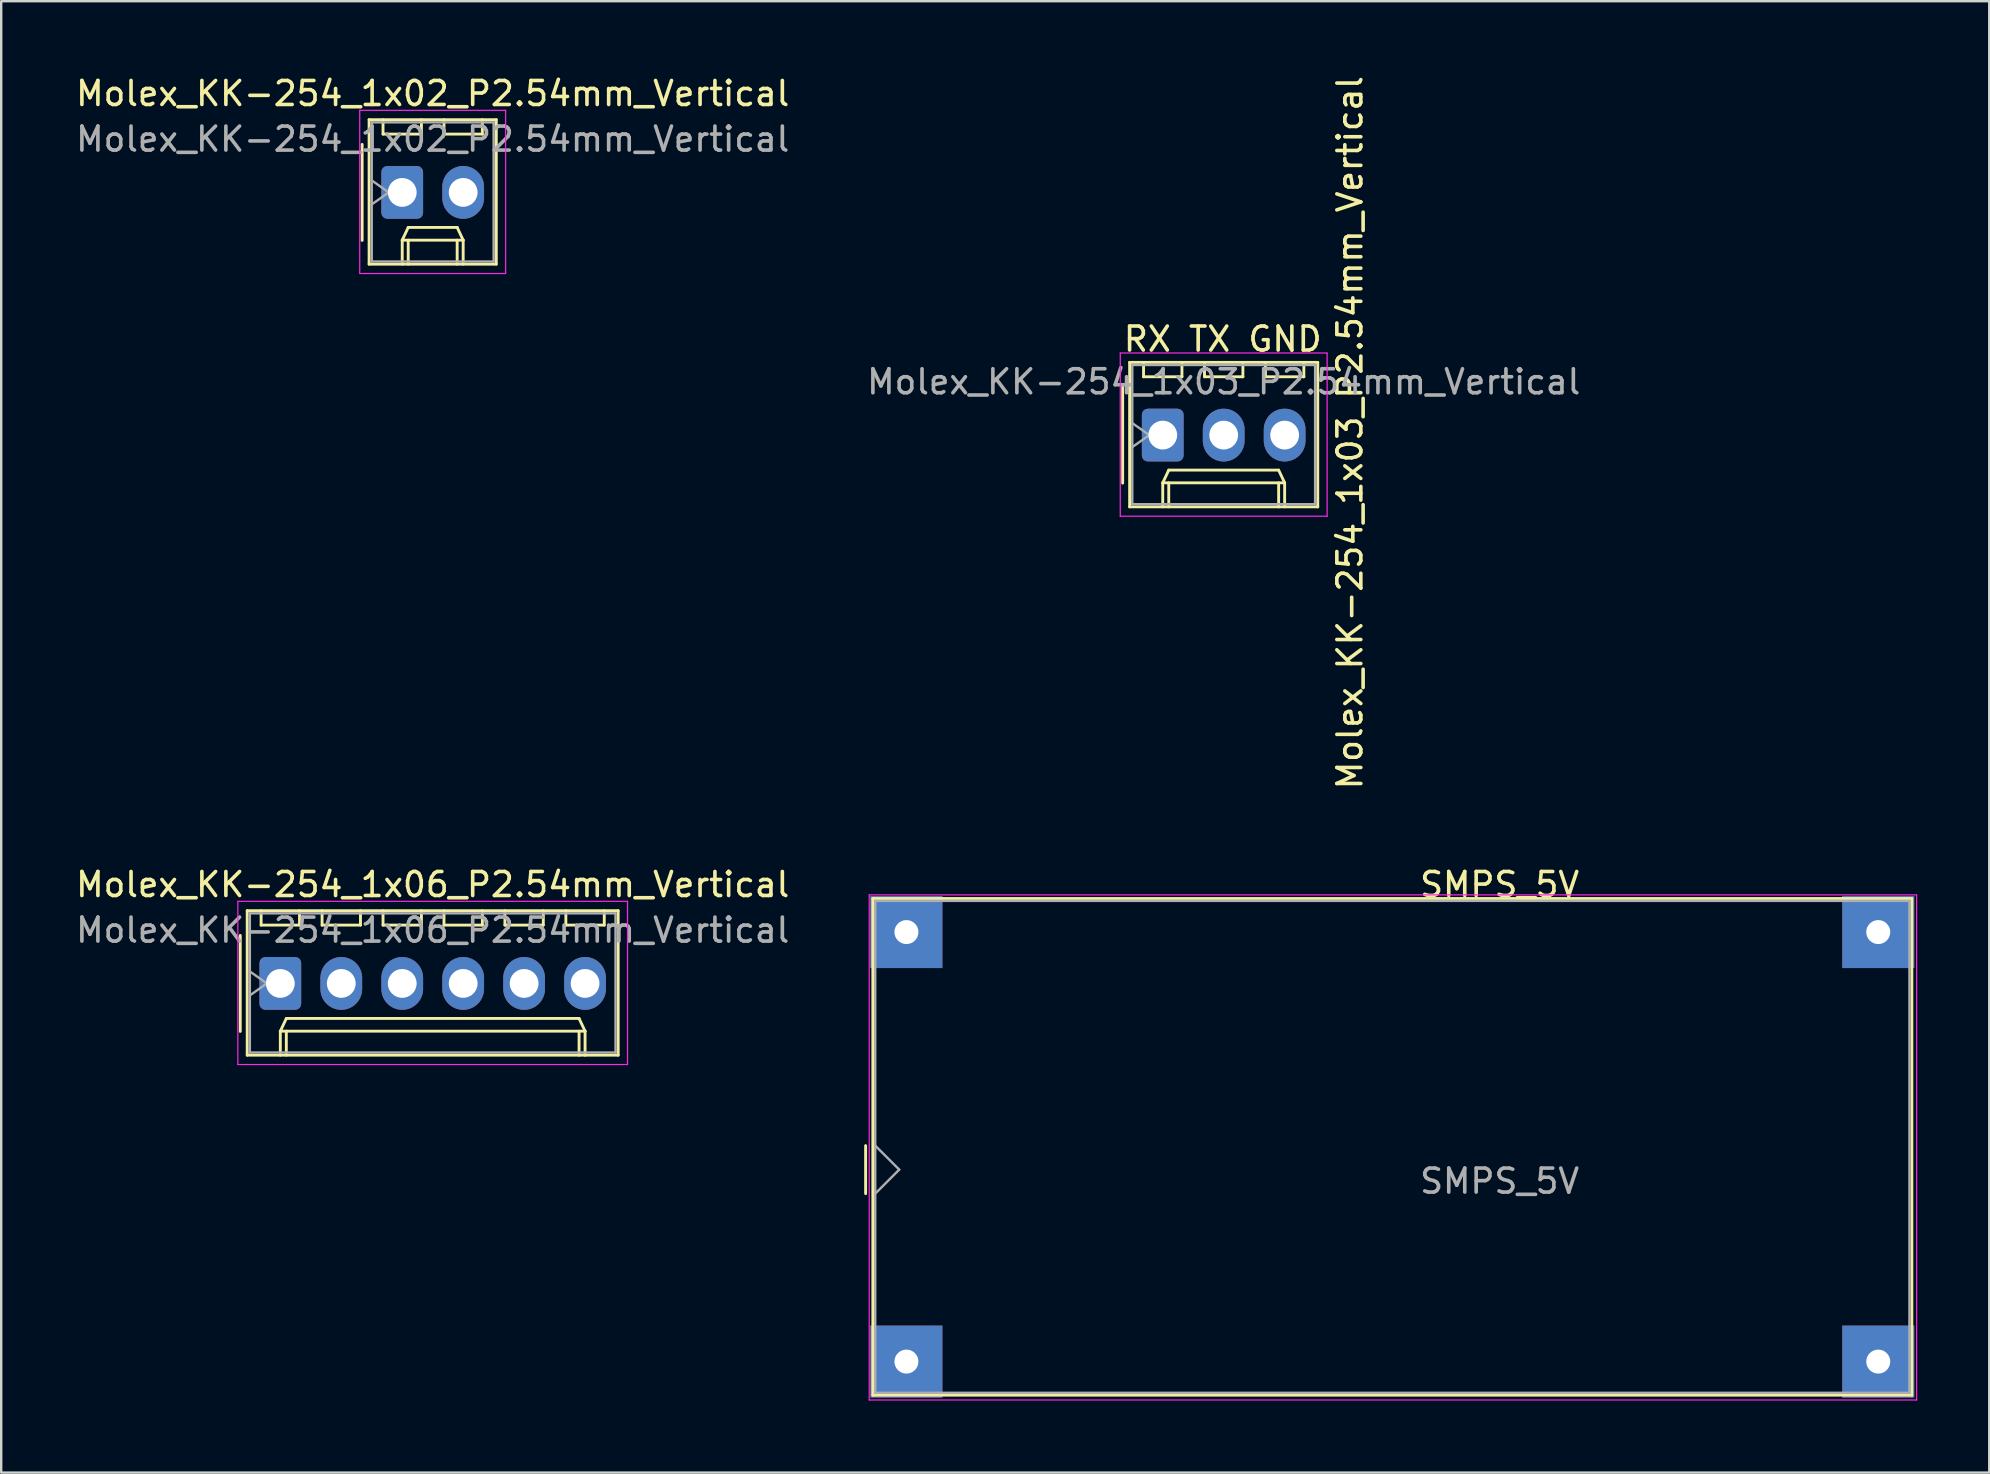
<source format=kicad_pcb>
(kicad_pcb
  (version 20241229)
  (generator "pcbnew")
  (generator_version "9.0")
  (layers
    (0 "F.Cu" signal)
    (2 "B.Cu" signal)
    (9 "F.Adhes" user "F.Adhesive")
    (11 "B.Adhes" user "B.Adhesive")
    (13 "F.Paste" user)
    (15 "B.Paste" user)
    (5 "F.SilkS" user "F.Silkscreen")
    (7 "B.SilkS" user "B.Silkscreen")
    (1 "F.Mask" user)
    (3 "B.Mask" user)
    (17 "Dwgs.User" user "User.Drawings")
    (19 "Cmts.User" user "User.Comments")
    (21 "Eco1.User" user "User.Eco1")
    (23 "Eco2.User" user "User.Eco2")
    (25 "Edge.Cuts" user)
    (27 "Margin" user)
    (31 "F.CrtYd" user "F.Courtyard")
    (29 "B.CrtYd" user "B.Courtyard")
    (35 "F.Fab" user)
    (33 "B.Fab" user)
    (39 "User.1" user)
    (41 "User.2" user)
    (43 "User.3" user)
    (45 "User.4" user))
  (footprint "SMPS_5V"
    (layer "F.Cu")
    (at 37.024 45.693)
    (property "Reference" "SMPS_5V" (at 22.42 -11.88 0) (layer "F.SilkS") (effects (font (size 1 1) (thickness 0.15))))
    (attr through_hole)
    (fp_line (start -4 -1) (end -4 1) (stroke (width 0.12) (type solid)) (layer "F.SilkS"))
    (fp_line (start -3.7 -11.3) (end -3.7 9.4) (stroke (width 0.12) (type solid)) (layer "F.SilkS"))
    (fp_line (start -3.7 -11.3) (end 39.6 -11.3) (stroke (width 0.12) (type solid)) (layer "F.SilkS"))
    (fp_line (start -3.7 9.4) (end 39.6 9.4) (stroke (width 0.12) (type solid)) (layer "F.SilkS"))
    (fp_line (start 39.6 -11.3) (end 39.6 9.4) (stroke (width 0.12) (type solid)) (layer "F.SilkS"))
    (fp_line (start -3.85 -11.45) (end -3.85 9.6) (stroke (width 0.05) (type solid)) (layer "F.CrtYd"))
    (fp_line (start -3.85 -11.45) (end 39.8 -11.45) (stroke (width 0.05) (type solid)) (layer "F.CrtYd"))
    (fp_line (start -3.85 9.6) (end 39.8 9.6) (stroke (width 0.05) (type solid)) (layer "F.CrtYd"))
    (fp_line (start 39.8 -11.45) (end 39.8 9.6) (stroke (width 0.05) (type solid)) (layer "F.CrtYd"))
    (fp_line (start -3.6 -11.2) (end -3.6 9.3) (stroke (width 0.1) (type solid)) (layer "F.Fab"))
    (fp_line (start -3.6 -1) (end -2.6 0) (stroke (width 0.1) (type solid)) (layer "F.Fab"))
    (fp_line (start -3.6 1) (end -2.6 0) (stroke (width 0.1) (type solid)) (layer "F.Fab"))
    (fp_line (start -3.6 9.3) (end 39.5 9.3) (stroke (width 0.1) (type solid)) (layer "F.Fab"))
    (fp_line (start 39.5 -11.2) (end -3.6 -11.2) (stroke (width 0.1) (type solid)) (layer "F.Fab"))
    (fp_line (start 39.5 -11.2) (end 39.5 9.3) (stroke (width 0.1) (type solid)) (layer "F.Fab"))
    (fp_text user "${REFERENCE}" (at 22.42 0.48 0) (layer "F.Fab") (effects (font (size 1 1) (thickness 0.15))))
    (pad "1" thru_hole rect (at -2.3 -9.9) (size 3 3) (drill 1) (layers "*.Cu" "*.Mask"))
    (pad "2" thru_hole rect (at -2.3 8) (size 3 3) (drill 1) (layers "*.Cu" "*.Mask"))
    (pad "3" thru_hole rect (at 38.2 -9.9) (size 3 3) (drill 1) (layers "*.Cu" "*.Mask"))
    (pad "4" thru_hole rect (at 38.2 8) (size 3 3) (drill 1) (layers "*.Cu" "*.Mask")))
  (footprint "Molex_KK-254_1x02_P2.54mm_Vertical"
    (layer "F.Cu")
    (at 13.712 4.968)
    (property "Reference" "Molex_KK-254_1x02_P2.54mm_Vertical" (at 1.27 -4.12 0) (layer "F.SilkS") (effects (font (size 1 1) (thickness 0.15))))
    (attr through_hole)
    (fp_line (start -1.67 -2) (end -1.67 2) (stroke (width 0.12) (type solid)) (layer "F.SilkS"))
    (fp_line (start -1.38 -3.03) (end -1.38 2.99) (stroke (width 0.12) (type solid)) (layer "F.SilkS"))
    (fp_line (start -1.38 2.99) (end 3.92 2.99) (stroke (width 0.12) (type solid)) (layer "F.SilkS"))
    (fp_line (start -0.8 -3.03) (end -0.8 -2.43) (stroke (width 0.12) (type solid)) (layer "F.SilkS"))
    (fp_line (start -0.8 -2.43) (end 0.8 -2.43) (stroke (width 0.12) (type solid)) (layer "F.SilkS"))
    (fp_line (start 0 1.99) (end 0.25 1.46) (stroke (width 0.12) (type solid)) (layer "F.SilkS"))
    (fp_line (start 0 1.99) (end 2.54 1.99) (stroke (width 0.12) (type solid)) (layer "F.SilkS"))
    (fp_line (start 0 2.99) (end 0 1.99) (stroke (width 0.12) (type solid)) (layer "F.SilkS"))
    (fp_line (start 0.25 1.46) (end 2.29 1.46) (stroke (width 0.12) (type solid)) (layer "F.SilkS"))
    (fp_line (start 0.25 2.99) (end 0.25 1.99) (stroke (width 0.12) (type solid)) (layer "F.SilkS"))
    (fp_line (start 0.8 -2.43) (end 0.8 -3.03) (stroke (width 0.12) (type solid)) (layer "F.SilkS"))
    (fp_line (start 1.74 -3.03) (end 1.74 -2.43) (stroke (width 0.12) (type solid)) (layer "F.SilkS"))
    (fp_line (start 1.74 -2.43) (end 3.34 -2.43) (stroke (width 0.12) (type solid)) (layer "F.SilkS"))
    (fp_line (start 2.29 1.46) (end 2.54 1.99) (stroke (width 0.12) (type solid)) (layer "F.SilkS"))
    (fp_line (start 2.29 2.99) (end 2.29 1.99) (stroke (width 0.12) (type solid)) (layer "F.SilkS"))
    (fp_line (start 2.54 1.99) (end 2.54 2.99) (stroke (width 0.12) (type solid)) (layer "F.SilkS"))
    (fp_line (start 3.34 -2.43) (end 3.34 -3.03) (stroke (width 0.12) (type solid)) (layer "F.SilkS"))
    (fp_line (start 3.92 -3.03) (end -1.38 -3.03) (stroke (width 0.12) (type solid)) (layer "F.SilkS"))
    (fp_line (start 3.92 2.99) (end 3.92 -3.03) (stroke (width 0.12) (type solid)) (layer "F.SilkS"))
    (fp_line (start -1.77 -3.42) (end -1.77 3.38) (stroke (width 0.05) (type solid)) (layer "F.CrtYd"))
    (fp_line (start -1.77 3.38) (end 4.31 3.38) (stroke (width 0.05) (type solid)) (layer "F.CrtYd"))
    (fp_line (start 4.31 -3.42) (end -1.77 -3.42) (stroke (width 0.05) (type solid)) (layer "F.CrtYd"))
    (fp_line (start 4.31 3.38) (end 4.31 -3.42) (stroke (width 0.05) (type solid)) (layer "F.CrtYd"))
    (fp_line (start -1.27 -2.92) (end -1.27 2.88) (stroke (width 0.1) (type solid)) (layer "F.Fab"))
    (fp_line (start -1.27 -0.5) (end -0.563 0) (stroke (width 0.1) (type solid)) (layer "F.Fab"))
    (fp_line (start -1.27 2.88) (end 3.81 2.88) (stroke (width 0.1) (type solid)) (layer "F.Fab"))
    (fp_line (start -0.563 0) (end -1.27 0.5) (stroke (width 0.1) (type solid)) (layer "F.Fab"))
    (fp_line (start 3.81 -2.92) (end -1.27 -2.92) (stroke (width 0.1) (type solid)) (layer "F.Fab"))
    (fp_line (start 3.81 2.88) (end 3.81 -2.92) (stroke (width 0.1) (type solid)) (layer "F.Fab"))
    (fp_text user "${REFERENCE}" (at 1.27 -2.22 0) (layer "F.Fab") (effects (font (size 1 1) (thickness 0.15))))
    (pad "1" thru_hole roundrect (at 0 0) (size 1.74 2.2) (drill 1.2) (layers "*.Cu" "*.Mask") (roundrect_rratio 0.144))
    (pad "2" thru_hole oval (at 2.54 0) (size 1.74 2.2) (drill 1.2) (layers "*.Cu" "*.Mask")))
  (footprint "Molex_KK-254_1x06_P2.54mm_Vertical"
    (layer "F.Cu")
    (at 8.632 37.933)
    (property "Reference" "Molex_KK-254_1x06_P2.54mm_Vertical" (at 6.35 -4.12 0) (layer "F.SilkS") (effects (font (size 1 1) (thickness 0.15))))
    (attr through_hole)
    (fp_line (start -1.67 -2) (end -1.67 2) (stroke (width 0.12) (type solid)) (layer "F.SilkS"))
    (fp_line (start -1.38 -3.03) (end -1.38 2.99) (stroke (width 0.12) (type solid)) (layer "F.SilkS"))
    (fp_line (start -1.38 2.99) (end 14.08 2.99) (stroke (width 0.12) (type solid)) (layer "F.SilkS"))
    (fp_line (start -0.8 -3.03) (end -0.8 -2.43) (stroke (width 0.12) (type solid)) (layer "F.SilkS"))
    (fp_line (start -0.8 -2.43) (end 0.8 -2.43) (stroke (width 0.12) (type solid)) (layer "F.SilkS"))
    (fp_line (start 0 1.99) (end 0.25 1.46) (stroke (width 0.12) (type solid)) (layer "F.SilkS"))
    (fp_line (start 0 1.99) (end 12.7 1.99) (stroke (width 0.12) (type solid)) (layer "F.SilkS"))
    (fp_line (start 0 2.99) (end 0 1.99) (stroke (width 0.12) (type solid)) (layer "F.SilkS"))
    (fp_line (start 0.25 1.46) (end 12.45 1.46) (stroke (width 0.12) (type solid)) (layer "F.SilkS"))
    (fp_line (start 0.25 2.99) (end 0.25 1.99) (stroke (width 0.12) (type solid)) (layer "F.SilkS"))
    (fp_line (start 0.8 -2.43) (end 0.8 -3.03) (stroke (width 0.12) (type solid)) (layer "F.SilkS"))
    (fp_line (start 1.74 -3.03) (end 1.74 -2.43) (stroke (width 0.12) (type solid)) (layer "F.SilkS"))
    (fp_line (start 1.74 -2.43) (end 3.34 -2.43) (stroke (width 0.12) (type solid)) (layer "F.SilkS"))
    (fp_line (start 3.34 -2.43) (end 3.34 -3.03) (stroke (width 0.12) (type solid)) (layer "F.SilkS"))
    (fp_line (start 4.28 -3.03) (end 4.28 -2.43) (stroke (width 0.12) (type solid)) (layer "F.SilkS"))
    (fp_line (start 4.28 -2.43) (end 5.88 -2.43) (stroke (width 0.12) (type solid)) (layer "F.SilkS"))
    (fp_line (start 5.88 -2.43) (end 5.88 -3.03) (stroke (width 0.12) (type solid)) (layer "F.SilkS"))
    (fp_line (start 6.82 -3.03) (end 6.82 -2.43) (stroke (width 0.12) (type solid)) (layer "F.SilkS"))
    (fp_line (start 6.82 -2.43) (end 8.42 -2.43) (stroke (width 0.12) (type solid)) (layer "F.SilkS"))
    (fp_line (start 8.42 -2.43) (end 8.42 -3.03) (stroke (width 0.12) (type solid)) (layer "F.SilkS"))
    (fp_line (start 9.36 -3.03) (end 9.36 -2.43) (stroke (width 0.12) (type solid)) (layer "F.SilkS"))
    (fp_line (start 9.36 -2.43) (end 10.96 -2.43) (stroke (width 0.12) (type solid)) (layer "F.SilkS"))
    (fp_line (start 10.96 -2.43) (end 10.96 -3.03) (stroke (width 0.12) (type solid)) (layer "F.SilkS"))
    (fp_line (start 11.9 -3.03) (end 11.9 -2.43) (stroke (width 0.12) (type solid)) (layer "F.SilkS"))
    (fp_line (start 11.9 -2.43) (end 13.5 -2.43) (stroke (width 0.12) (type solid)) (layer "F.SilkS"))
    (fp_line (start 12.45 1.46) (end 12.7 1.99) (stroke (width 0.12) (type solid)) (layer "F.SilkS"))
    (fp_line (start 12.45 2.99) (end 12.45 1.99) (stroke (width 0.12) (type solid)) (layer "F.SilkS"))
    (fp_line (start 12.7 1.99) (end 12.7 2.99) (stroke (width 0.12) (type solid)) (layer "F.SilkS"))
    (fp_line (start 13.5 -2.43) (end 13.5 -3.03) (stroke (width 0.12) (type solid)) (layer "F.SilkS"))
    (fp_line (start 14.08 -3.03) (end -1.38 -3.03) (stroke (width 0.12) (type solid)) (layer "F.SilkS"))
    (fp_line (start 14.08 2.99) (end 14.08 -3.03) (stroke (width 0.12) (type solid)) (layer "F.SilkS"))
    (fp_line (start -1.77 -3.42) (end -1.77 3.38) (stroke (width 0.05) (type solid)) (layer "F.CrtYd"))
    (fp_line (start -1.77 3.38) (end 14.47 3.38) (stroke (width 0.05) (type solid)) (layer "F.CrtYd"))
    (fp_line (start 14.47 -3.42) (end -1.77 -3.42) (stroke (width 0.05) (type solid)) (layer "F.CrtYd"))
    (fp_line (start 14.47 3.38) (end 14.47 -3.42) (stroke (width 0.05) (type solid)) (layer "F.CrtYd"))
    (fp_line (start -1.27 -2.92) (end -1.27 2.88) (stroke (width 0.1) (type solid)) (layer "F.Fab"))
    (fp_line (start -1.27 -0.5) (end -0.563 0) (stroke (width 0.1) (type solid)) (layer "F.Fab"))
    (fp_line (start -1.27 2.88) (end 13.97 2.88) (stroke (width 0.1) (type solid)) (layer "F.Fab"))
    (fp_line (start -0.563 0) (end -1.27 0.5) (stroke (width 0.1) (type solid)) (layer "F.Fab"))
    (fp_line (start 13.97 -2.92) (end -1.27 -2.92) (stroke (width 0.1) (type solid)) (layer "F.Fab"))
    (fp_line (start 13.97 2.88) (end 13.97 -2.92) (stroke (width 0.1) (type solid)) (layer "F.Fab"))
    (fp_text user "${REFERENCE}" (at 6.35 -2.22 0) (layer "F.Fab") (effects (font (size 1 1) (thickness 0.15))))
    (pad "1" thru_hole roundrect (at 0 0) (size 1.74 2.2) (drill 1.2) (layers "*.Cu" "*.Mask") (roundrect_rratio 0.144))
    (pad "2" thru_hole oval (at 2.54 0) (size 1.74 2.2) (drill 1.2) (layers "*.Cu" "*.Mask"))
    (pad "3" thru_hole oval (at 5.08 0) (size 1.74 2.2) (drill 1.2) (layers "*.Cu" "*.Mask"))
    (pad "4" thru_hole oval (at 7.62 0) (size 1.74 2.2) (drill 1.2) (layers "*.Cu" "*.Mask"))
    (pad "5" thru_hole oval (at 10.16 0) (size 1.74 2.2) (drill 1.2) (layers "*.Cu" "*.Mask"))
    (pad "6" thru_hole oval (at 12.7 0) (size 1.74 2.2) (drill 1.2) (layers "*.Cu" "*.Mask")))
  (footprint "Molex_KK-254_1x03_P2.54mm_Vertical"
    (layer "F.Cu")
    (at 45.406 15.082)
    (property "Reference" "Molex_KK-254_1x03_P2.54mm_Vertical" (at 7.8 -0.1 90) (layer "F.SilkS") (effects (font (size 1 1) (thickness 0.15))))
    (attr through_hole)
    (fp_line (start -1.67 -2) (end -1.67 2) (stroke (width 0.12) (type solid)) (layer "F.SilkS"))
    (fp_line (start -1.38 -3.03) (end -1.38 2.99) (stroke (width 0.12) (type solid)) (layer "F.SilkS"))
    (fp_line (start -1.38 2.99) (end 6.46 2.99) (stroke (width 0.12) (type solid)) (layer "F.SilkS"))
    (fp_line (start -0.8 -3.03) (end -0.8 -2.43) (stroke (width 0.12) (type solid)) (layer "F.SilkS"))
    (fp_line (start -0.8 -2.43) (end 0.8 -2.43) (stroke (width 0.12) (type solid)) (layer "F.SilkS"))
    (fp_line (start 0 1.99) (end 0.25 1.46) (stroke (width 0.12) (type solid)) (layer "F.SilkS"))
    (fp_line (start 0 1.99) (end 5.08 1.99) (stroke (width 0.12) (type solid)) (layer "F.SilkS"))
    (fp_line (start 0 2.99) (end 0 1.99) (stroke (width 0.12) (type solid)) (layer "F.SilkS"))
    (fp_line (start 0.25 1.46) (end 4.83 1.46) (stroke (width 0.12) (type solid)) (layer "F.SilkS"))
    (fp_line (start 0.25 2.99) (end 0.25 1.99) (stroke (width 0.12) (type solid)) (layer "F.SilkS"))
    (fp_line (start 0.8 -2.43) (end 0.8 -3.03) (stroke (width 0.12) (type solid)) (layer "F.SilkS"))
    (fp_line (start 1.74 -3.03) (end 1.74 -2.43) (stroke (width 0.12) (type solid)) (layer "F.SilkS"))
    (fp_line (start 1.74 -2.43) (end 3.34 -2.43) (stroke (width 0.12) (type solid)) (layer "F.SilkS"))
    (fp_line (start 3.34 -2.43) (end 3.34 -3.03) (stroke (width 0.12) (type solid)) (layer "F.SilkS"))
    (fp_line (start 4.28 -3.03) (end 4.28 -2.43) (stroke (width 0.12) (type solid)) (layer "F.SilkS"))
    (fp_line (start 4.28 -2.43) (end 5.88 -2.43) (stroke (width 0.12) (type solid)) (layer "F.SilkS"))
    (fp_line (start 4.83 1.46) (end 5.08 1.99) (stroke (width 0.12) (type solid)) (layer "F.SilkS"))
    (fp_line (start 4.83 2.99) (end 4.83 1.99) (stroke (width 0.12) (type solid)) (layer "F.SilkS"))
    (fp_line (start 5.08 1.99) (end 5.08 2.99) (stroke (width 0.12) (type solid)) (layer "F.SilkS"))
    (fp_line (start 5.88 -2.43) (end 5.88 -3.03) (stroke (width 0.12) (type solid)) (layer "F.SilkS"))
    (fp_line (start 6.46 -3.03) (end -1.38 -3.03) (stroke (width 0.12) (type solid)) (layer "F.SilkS"))
    (fp_line (start 6.46 2.99) (end 6.46 -3.03) (stroke (width 0.12) (type solid)) (layer "F.SilkS"))
    (fp_line (start -1.77 -3.42) (end -1.77 3.38) (stroke (width 0.05) (type solid)) (layer "F.CrtYd"))
    (fp_line (start -1.77 3.38) (end 6.85 3.38) (stroke (width 0.05) (type solid)) (layer "F.CrtYd"))
    (fp_line (start 6.85 -3.42) (end -1.77 -3.42) (stroke (width 0.05) (type solid)) (layer "F.CrtYd"))
    (fp_line (start 6.85 3.38) (end 6.85 -3.42) (stroke (width 0.05) (type solid)) (layer "F.CrtYd"))
    (fp_line (start -1.27 -2.92) (end -1.27 2.88) (stroke (width 0.1) (type solid)) (layer "F.Fab"))
    (fp_line (start -1.27 -0.5) (end -0.563 0) (stroke (width 0.1) (type solid)) (layer "F.Fab"))
    (fp_line (start -1.27 2.88) (end 6.35 2.88) (stroke (width 0.1) (type solid)) (layer "F.Fab"))
    (fp_line (start -0.563 0) (end -1.27 0.5) (stroke (width 0.1) (type solid)) (layer "F.Fab"))
    (fp_line (start 6.35 -2.92) (end -1.27 -2.92) (stroke (width 0.1) (type solid)) (layer "F.Fab"))
    (fp_line (start 6.35 2.88) (end 6.35 -2.92) (stroke (width 0.1) (type solid)) (layer "F.Fab"))
    (fp_text user "RX TX GND" (at 2.5 -4 0) (layer "F.SilkS") (effects (font (size 1 1) (thickness 0.15))))
    (fp_text user "${REFERENCE}" (at 2.54 -2.22 0) (layer "F.Fab") (effects (font (size 1 1) (thickness 0.15))))
    (pad "1" thru_hole roundrect (at 0 0) (size 1.74 2.2) (drill 1.2) (layers "*.Cu" "*.Mask") (roundrect_rratio 0.144))
    (pad "2" thru_hole oval (at 2.54 0) (size 1.74 2.2) (drill 1.2) (layers "*.Cu" "*.Mask"))
    (pad "3" thru_hole oval (at 5.08 0) (size 1.74 2.2) (drill 1.2) (layers "*.Cu" "*.Mask")))
  (gr_rect
    (start -3 -3)
    (end 79.849 58.318)
    (stroke (width 0.1) (type default))
    (fill no)
    (layer "Edge.Cuts")))
</source>
